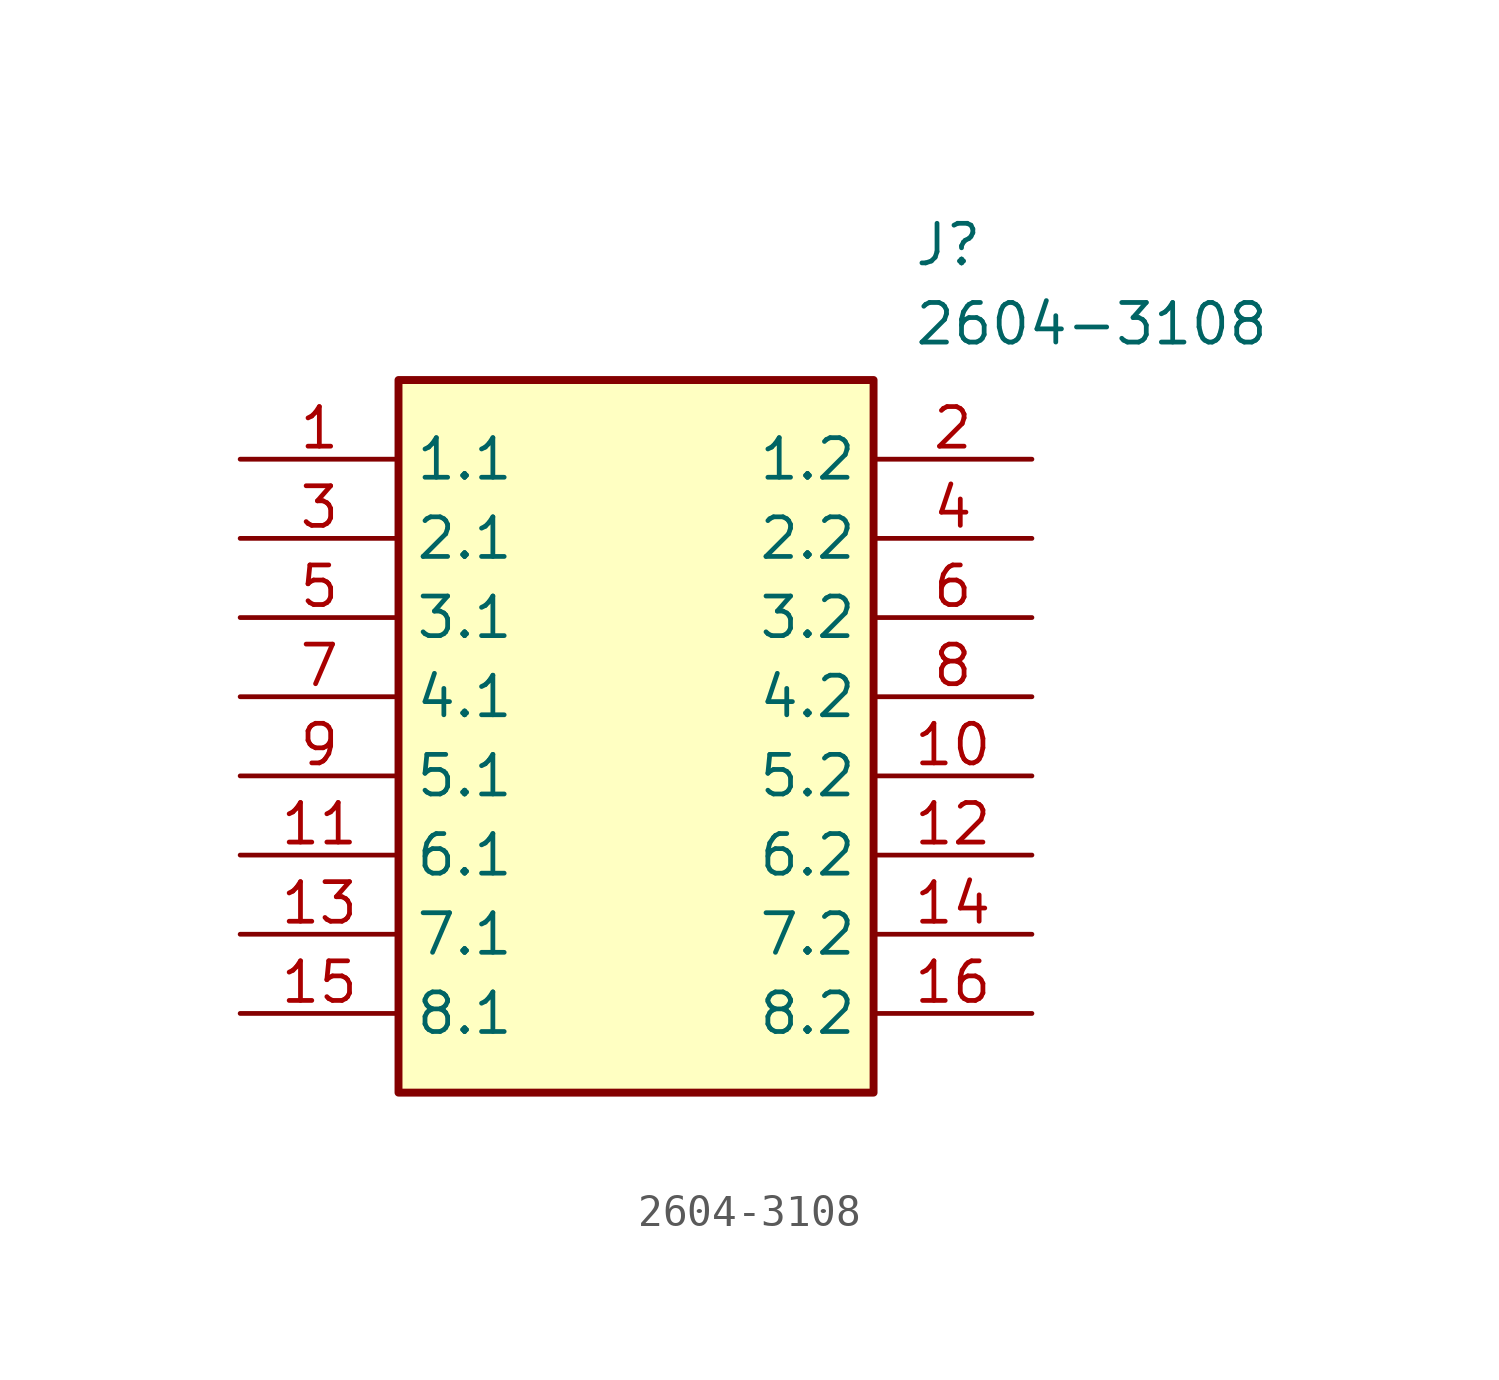
<source format=kicad_sym>
(kicad_symbol_lib
  (version 20220914)
  (generator kicad_symbol_editor)
  (symbol "2604-3108"
    (property "Reference" "J"
      (at 21.59 7.62 0)
      (effects (font (size 1.27 1.27)) (justify left top)))
    (property "Value" "2604-3108"
      (at 21.59 5.08 0)
      (effects (font (size 1.27 1.27)) (justify left top)))
    (symbol "2604-3108_1_1"
      (rectangle (start 5.08 2.54) (end 20.32 -20.32) (stroke (width 0.254) (type default)) (fill (type background)))
      (pin passive line (at 0 0 0) (length 5.08) (name "1.1" (effects (font (size 1.27 1.27)))) (number "1" (effects (font (size 1.27 1.27)))))
      (pin passive line (at 25.4 -10.16 180) (length 5.08) (name "5.2" (effects (font (size 1.27 1.27)))) (number "10" (effects (font (size 1.27 1.27)))))
      (pin passive line (at 0 -12.7 0) (length 5.08) (name "6.1" (effects (font (size 1.27 1.27)))) (number "11" (effects (font (size 1.27 1.27)))))
      (pin passive line (at 25.4 -12.7 180) (length 5.08) (name "6.2" (effects (font (size 1.27 1.27)))) (number "12" (effects (font (size 1.27 1.27)))))
      (pin passive line (at 0 -15.24 0) (length 5.08) (name "7.1" (effects (font (size 1.27 1.27)))) (number "13" (effects (font (size 1.27 1.27)))))
      (pin passive line (at 25.4 -15.24 180) (length 5.08) (name "7.2" (effects (font (size 1.27 1.27)))) (number "14" (effects (font (size 1.27 1.27)))))
      (pin passive line (at 0 -17.78 0) (length 5.08) (name "8.1" (effects (font (size 1.27 1.27)))) (number "15" (effects (font (size 1.27 1.27)))))
      (pin passive line (at 25.4 -17.78 180) (length 5.08) (name "8.2" (effects (font (size 1.27 1.27)))) (number "16" (effects (font (size 1.27 1.27)))))
      (pin passive line (at 25.4 0 180) (length 5.08) (name "1.2" (effects (font (size 1.27 1.27)))) (number "2" (effects (font (size 1.27 1.27)))))
      (pin passive line (at 0 -2.54 0) (length 5.08) (name "2.1" (effects (font (size 1.27 1.27)))) (number "3" (effects (font (size 1.27 1.27)))))
      (pin passive line (at 25.4 -2.54 180) (length 5.08) (name "2.2" (effects (font (size 1.27 1.27)))) (number "4" (effects (font (size 1.27 1.27)))))
      (pin passive line (at 0 -5.08 0) (length 5.08) (name "3.1" (effects (font (size 1.27 1.27)))) (number "5" (effects (font (size 1.27 1.27)))))
      (pin passive line (at 25.4 -5.08 180) (length 5.08) (name "3.2" (effects (font (size 1.27 1.27)))) (number "6" (effects (font (size 1.27 1.27)))))
      (pin passive line (at 0 -7.62 0) (length 5.08) (name "4.1" (effects (font (size 1.27 1.27)))) (number "7" (effects (font (size 1.27 1.27)))))
      (pin passive line (at 25.4 -7.62 180) (length 5.08) (name "4.2" (effects (font (size 1.27 1.27)))) (number "8" (effects (font (size 1.27 1.27)))))
      (pin passive line (at 0 -10.16 0) (length 5.08) (name "5.1" (effects (font (size 1.27 1.27)))) (number "9" (effects (font (size 1.27 1.27))))))))
</source>
